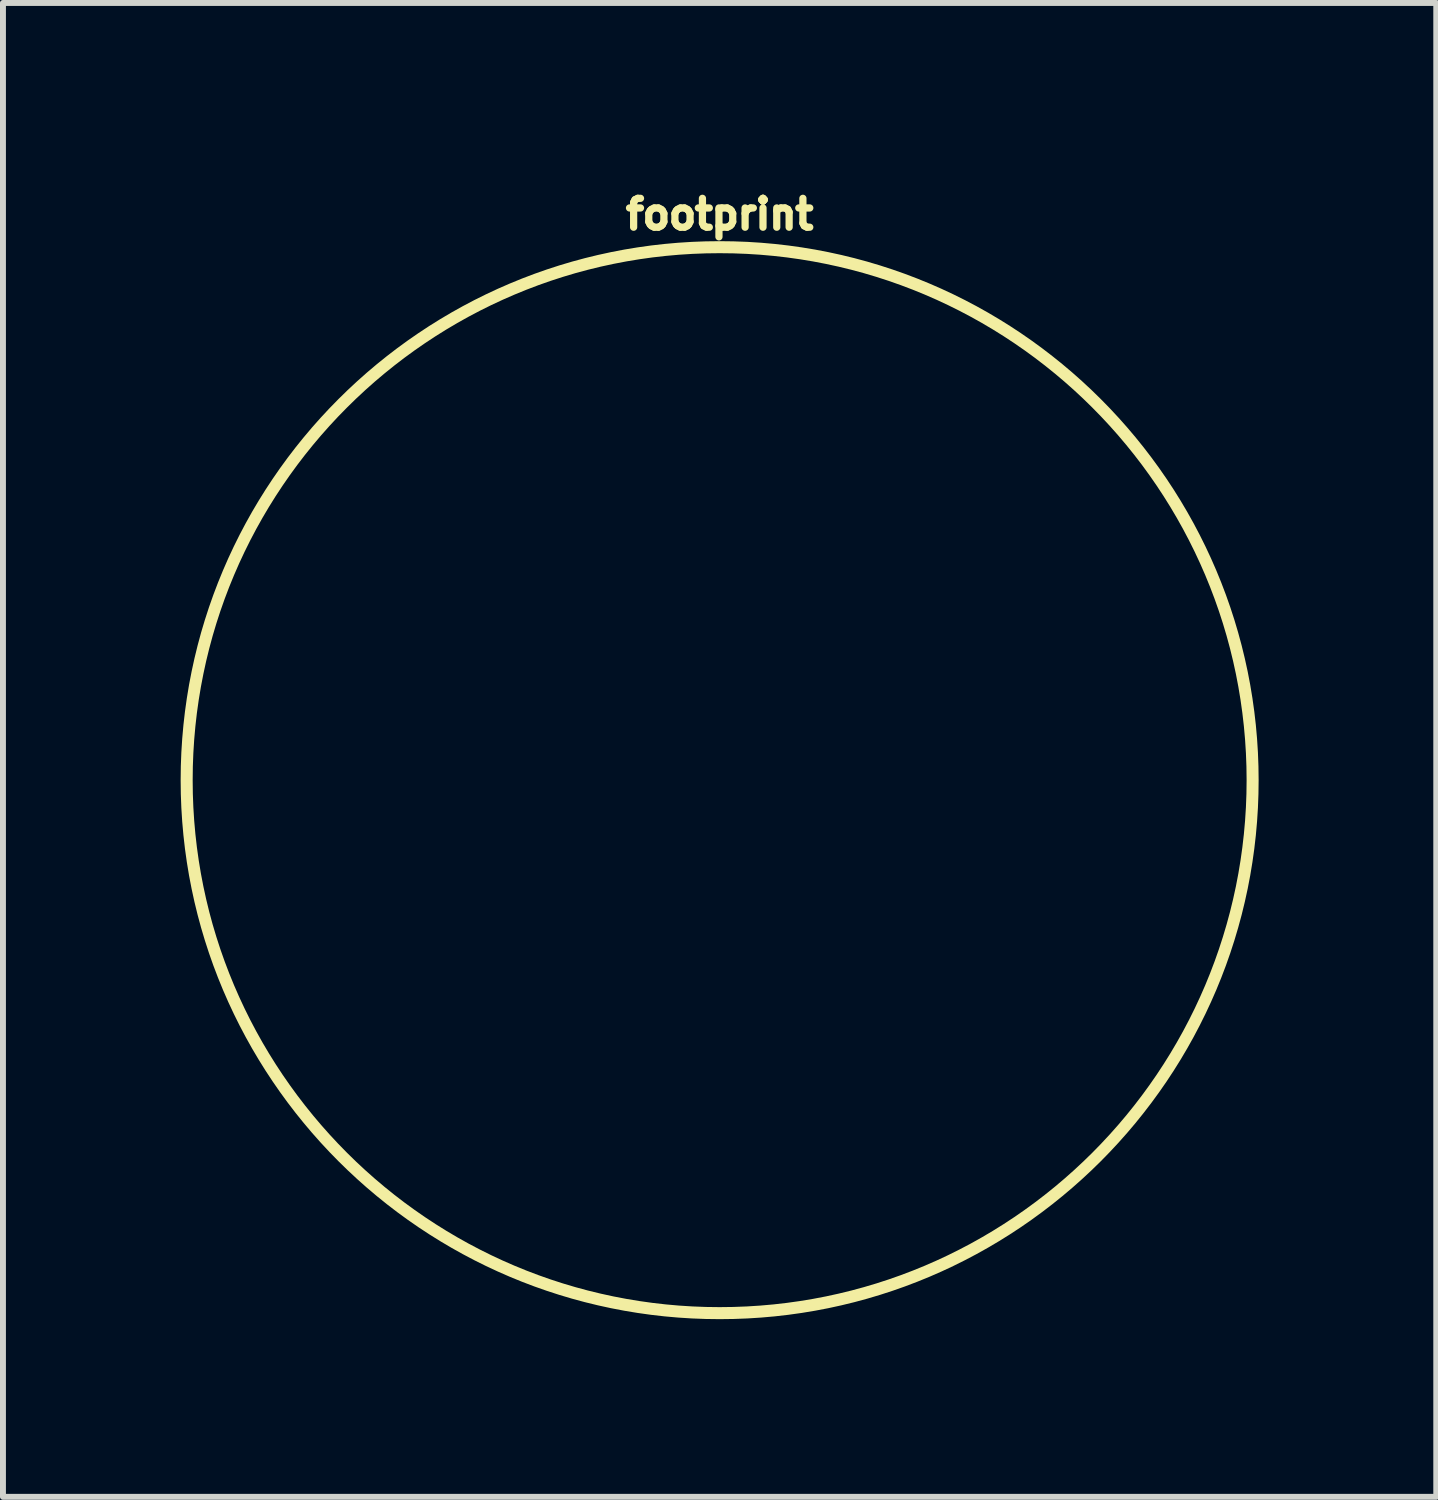
<source format=kicad_pcb>
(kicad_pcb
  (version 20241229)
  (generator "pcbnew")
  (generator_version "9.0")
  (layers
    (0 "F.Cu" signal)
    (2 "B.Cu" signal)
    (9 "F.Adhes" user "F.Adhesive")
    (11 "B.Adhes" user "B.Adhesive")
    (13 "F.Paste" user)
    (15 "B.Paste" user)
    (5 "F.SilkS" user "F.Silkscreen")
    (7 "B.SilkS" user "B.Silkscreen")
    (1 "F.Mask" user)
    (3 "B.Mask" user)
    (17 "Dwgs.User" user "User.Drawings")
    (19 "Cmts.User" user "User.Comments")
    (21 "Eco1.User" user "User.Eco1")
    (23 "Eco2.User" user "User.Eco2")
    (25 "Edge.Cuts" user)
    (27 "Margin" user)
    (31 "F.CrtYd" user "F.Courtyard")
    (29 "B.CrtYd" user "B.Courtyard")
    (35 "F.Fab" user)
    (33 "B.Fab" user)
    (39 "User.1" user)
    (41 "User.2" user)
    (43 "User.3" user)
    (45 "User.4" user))
  (footprint "footprint"
    (layer "F.Cu")
    (at 9.102 10.124)
    (property "Reference" "footprint" (at 0 -9.271 0) (layer "F.SilkS") (effects (font (size 0.488 0.488) (thickness 0.122)) (justify bottom)))
    (fp_circle (center 0 0) (end 9 0) (stroke (width 0.203) (type solid)) (fill no) (layer "F.SilkS")))
  (gr_rect
    (start -3 -3)
    (end 21.203 22.226)
    (stroke (width 0.1) (type default))
    (fill no)
    (layer "Edge.Cuts")))
</source>
